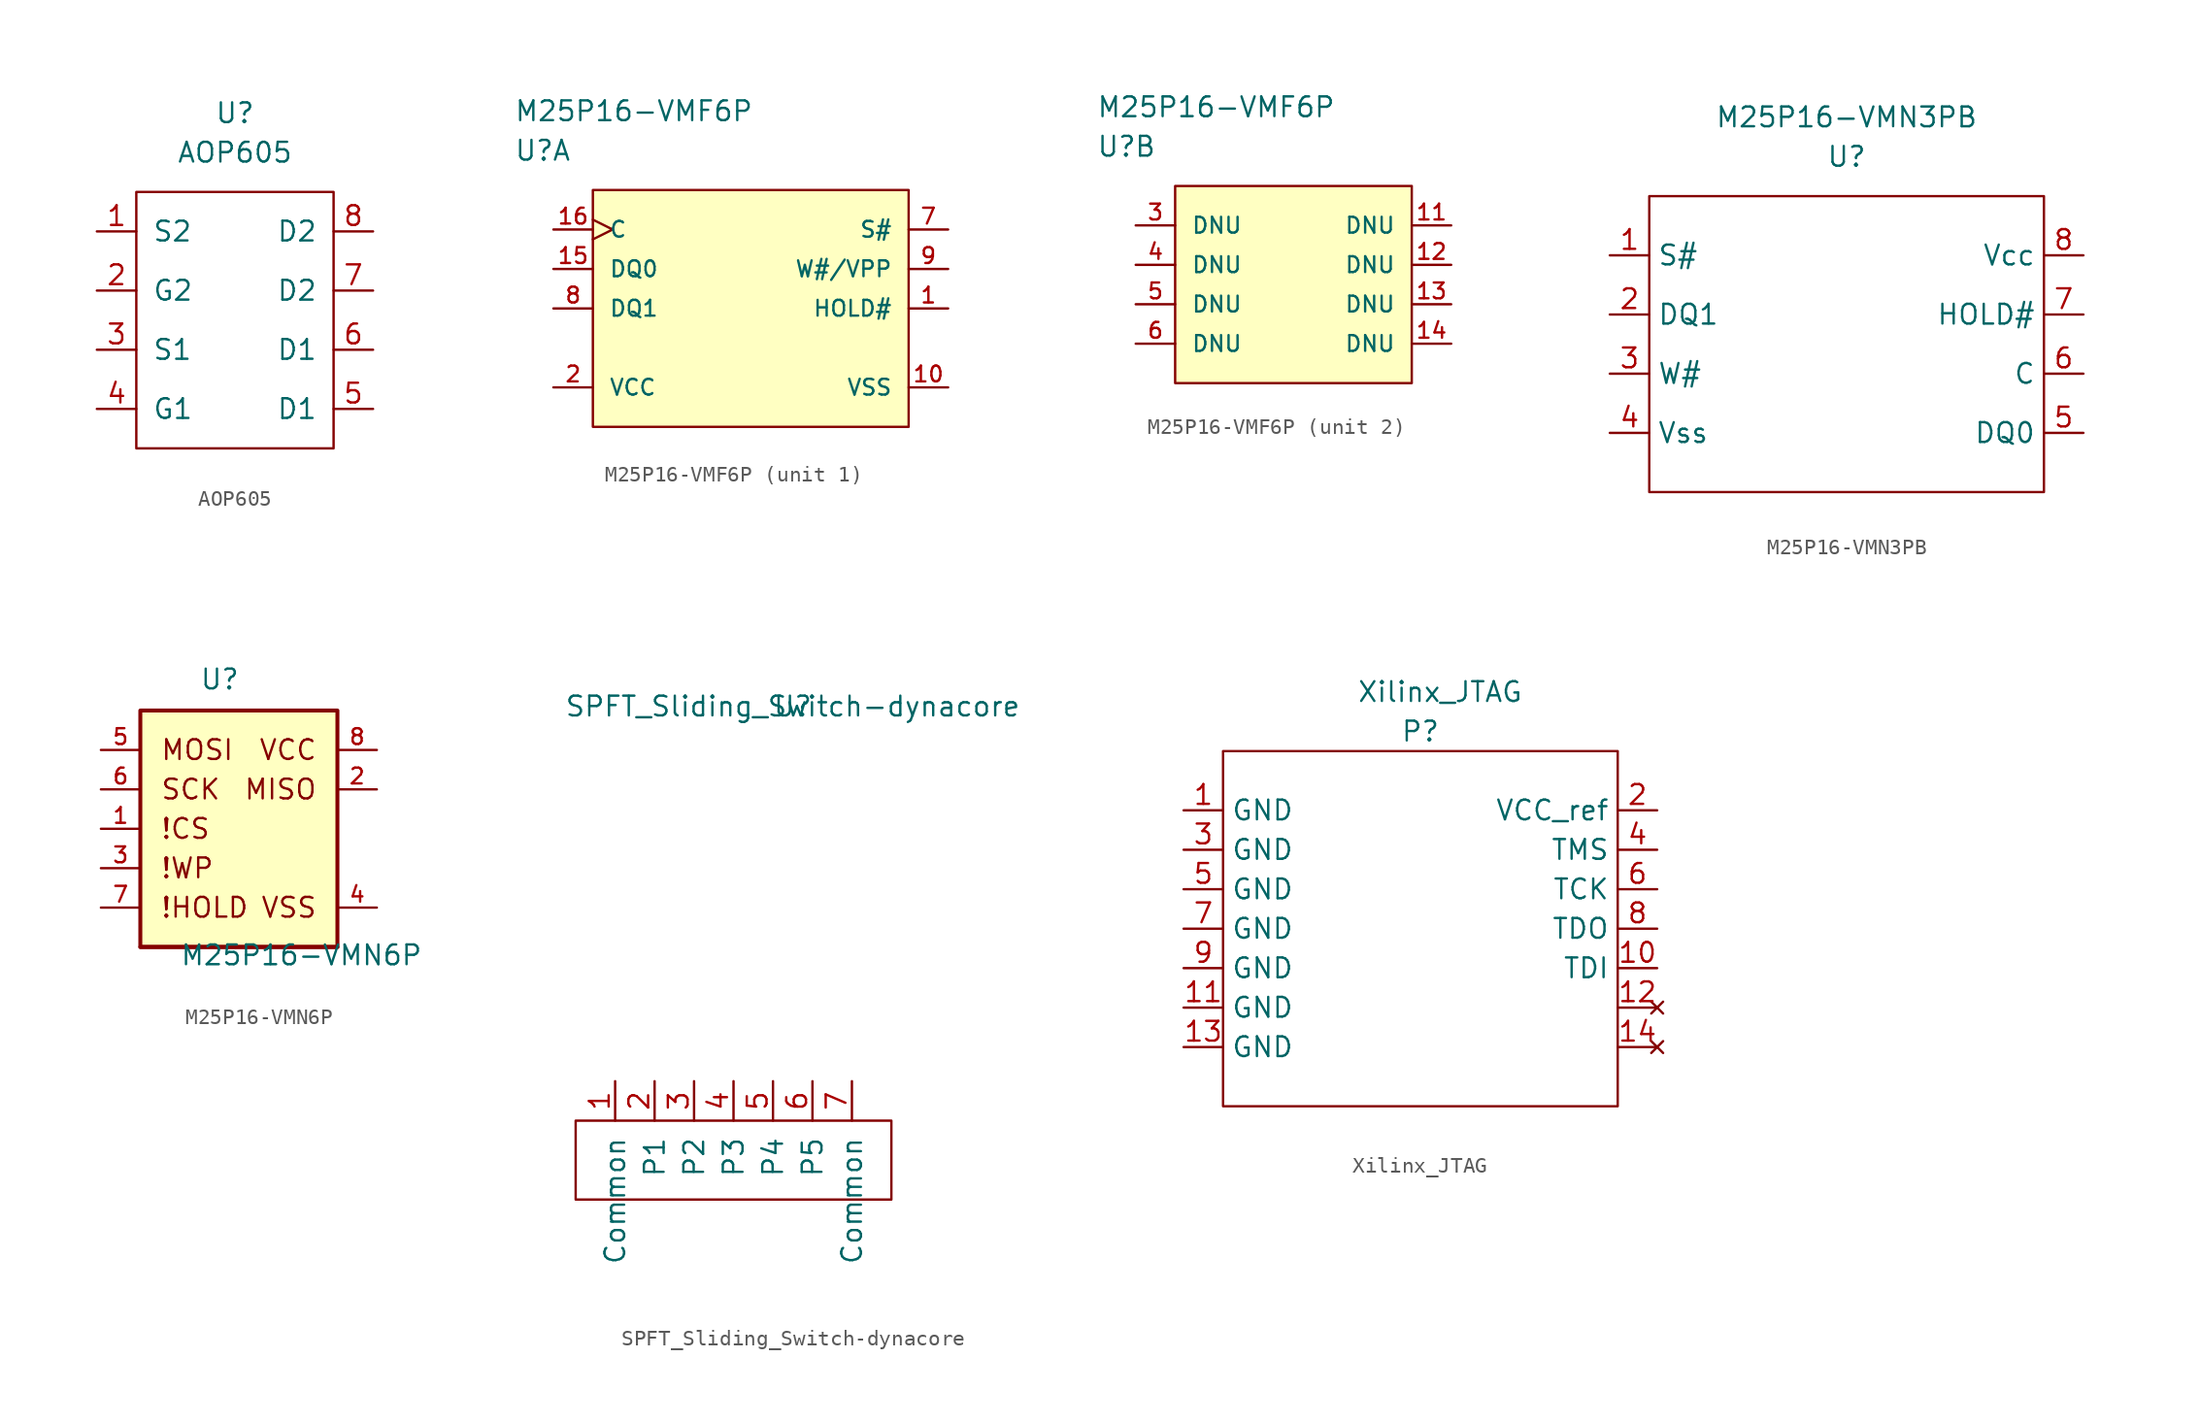
<source format=kicad_sym>
(kicad_symbol_lib
  (version 20211014)
  (generator kicad_symbol_editor)
  (symbol "AOP605"
    (pin_names
      (offset 1.016))
    (property "Reference" "U"
      (at 0 5.08 0)
      (effects (font (size 1.27 1.27))))
    (property "Value" "AOP605"
      (at 0 2.54 0)
      (effects (font (size 1.27 1.27))))
    (symbol "AOP605_0_1"
      (rectangle (start -6.35 0) (end 6.35 -16.51) (stroke (width 0) (type default) (color 0 0 0 0)) (fill (type none))))
    (symbol "AOP605_1_1"
      (pin input line (at -8.89 -2.54 0) (length 2.54) (name "S2" (effects (font (size 1.27 1.27)))) (number "1" (effects (font (size 1.27 1.27)))))
      (pin input line (at -8.89 -6.35 0) (length 2.54) (name "G2" (effects (font (size 1.27 1.27)))) (number "2" (effects (font (size 1.27 1.27)))))
      (pin input line (at -8.89 -10.16 0) (length 2.54) (name "S1" (effects (font (size 1.27 1.27)))) (number "3" (effects (font (size 1.27 1.27)))))
      (pin input line (at -8.89 -13.97 0) (length 2.54) (name "G1" (effects (font (size 1.27 1.27)))) (number "4" (effects (font (size 1.27 1.27)))))
      (pin input line (at 8.89 -13.97 180) (length 2.54) (name "D1" (effects (font (size 1.27 1.27)))) (number "5" (effects (font (size 1.27 1.27)))))
      (pin input line (at 8.89 -10.16 180) (length 2.54) (name "D1" (effects (font (size 1.27 1.27)))) (number "6" (effects (font (size 1.27 1.27)))))
      (pin input line (at 8.89 -6.35 180) (length 2.54) (name "D2" (effects (font (size 1.27 1.27)))) (number "7" (effects (font (size 1.27 1.27)))))
      (pin input line (at 8.89 -2.54 180) (length 2.54) (name "D2" (effects (font (size 1.27 1.27)))) (number "8" (effects (font (size 1.27 1.27)))))))
  (symbol "M25P16-VMF6P"
    (pin_names
      (offset 1.016))
    (property "Reference" "U"
      (at 0 5.08 0)
      (effects (font (size 1.27 1.27)) (justify left)))
    (property "Value" "M25P16-VMF6P"
      (at 0 7.62 0)
      (effects (font (size 1.27 1.27)) (justify left)))
    (property "ki_locked" ""
      (at 0 0 0)
      (effects (font (size 1.27 1.27))))
    (symbol "M25P16-VMF6P_1_1"
      (rectangle (start 5.08 2.54) (end 25.4 -12.7) (stroke (width 0) (type default) (color 0 0 0 0)) (fill (type background)))
      (pin input line (at 27.94 -5.08 180) (length 2.54) (name "HOLD#" (effects (font (size 1.016 1.016)))) (number "1" (effects (font (size 1.016 1.016)))))
      (pin power_in line (at 27.94 -10.16 180) (length 2.54) (name "VSS" (effects (font (size 1.016 1.016)))) (number "10" (effects (font (size 1.016 1.016)))))
      (pin input line (at 2.54 -2.54 0) (length 2.54) (name "DQ0" (effects (font (size 1.016 1.016)))) (number "15" (effects (font (size 1.016 1.016)))))
      (pin input clock (at 2.54 0 0) (length 2.54) (name "C" (effects (font (size 1.016 1.016)))) (number "16" (effects (font (size 1.016 1.016)))))
      (pin power_in line (at 2.54 -10.16 0) (length 2.54) (name "VCC" (effects (font (size 1.016 1.016)))) (number "2" (effects (font (size 1.016 1.016)))))
      (pin input line (at 27.94 0 180) (length 2.54) (name "S#" (effects (font (size 1.016 1.016)))) (number "7" (effects (font (size 1.016 1.016)))))
      (pin unspecified line (at 2.54 -5.08 0) (length 2.54) (name "DQ1" (effects (font (size 1.016 1.016)))) (number "8" (effects (font (size 1.016 1.016)))))
      (pin input line (at 27.94 -2.54 180) (length 2.54) (name "W#/VPP" (effects (font (size 1.016 1.016)))) (number "9" (effects (font (size 1.016 1.016))))))
    (symbol "M25P16-VMF6P_2_1"
      (rectangle (start 5.08 2.54) (end 20.32 -10.16) (stroke (width 0) (type default) (color 0 0 0 0)) (fill (type background)))
      (pin passive line (at 22.86 0 180) (length 2.54) (name "DNU" (effects (font (size 1.016 1.016)))) (number "11" (effects (font (size 1.016 1.016)))))
      (pin passive line (at 22.86 -2.54 180) (length 2.54) (name "DNU" (effects (font (size 1.016 1.016)))) (number "12" (effects (font (size 1.016 1.016)))))
      (pin passive line (at 22.86 -5.08 180) (length 2.54) (name "DNU" (effects (font (size 1.016 1.016)))) (number "13" (effects (font (size 1.016 1.016)))))
      (pin passive line (at 22.86 -7.62 180) (length 2.54) (name "DNU" (effects (font (size 1.016 1.016)))) (number "14" (effects (font (size 1.016 1.016)))))
      (pin passive line (at 2.54 0 0) (length 2.54) (name "DNU" (effects (font (size 1.016 1.016)))) (number "3" (effects (font (size 1.016 1.016)))))
      (pin passive line (at 2.54 -2.54 0) (length 2.54) (name "DNU" (effects (font (size 1.016 1.016)))) (number "4" (effects (font (size 1.016 1.016)))))
      (pin passive line (at 2.54 -5.08 0) (length 2.54) (name "DNU" (effects (font (size 1.016 1.016)))) (number "5" (effects (font (size 1.016 1.016)))))
      (pin passive line (at 2.54 -7.62 0) (length 2.54) (name "DNU" (effects (font (size 1.016 1.016)))) (number "6" (effects (font (size 1.016 1.016)))))))
  (symbol "M25P16-VMN3PB"
    (property "Reference" "U"
      (at 0 0 0)
      (effects (font (size 1.27 1.27))))
    (property "Value" "M25P16-VMN3PB"
      (at 0 2.54 0)
      (effects (font (size 1.27 1.27))))
    (symbol "M25P16-VMN3PB_0_1"
      (rectangle (start -12.7 -2.54) (end 12.7 -21.59) (stroke (width 0.152) (type default) (color 0 0 0 0)) (fill (type none))))
    (symbol "M25P16-VMN3PB_1_1"
      (pin input line (at -15.24 -6.35 0) (length 2.54) (name "S#" (effects (font (size 1.27 1.27)))) (number "1" (effects (font (size 1.27 1.27)))))
      (pin output line (at -15.24 -10.16 0) (length 2.54) (name "DQ1" (effects (font (size 1.27 1.27)))) (number "2" (effects (font (size 1.27 1.27)))))
      (pin input line (at -15.24 -13.97 0) (length 2.54) (name "W#" (effects (font (size 1.27 1.27)))) (number "3" (effects (font (size 1.27 1.27)))))
      (pin power_in line (at -15.24 -17.78 0) (length 2.54) (name "Vss" (effects (font (size 1.27 1.27)))) (number "4" (effects (font (size 1.27 1.27)))))
      (pin input line (at 15.24 -17.78 180) (length 2.54) (name "DQ0" (effects (font (size 1.27 1.27)))) (number "5" (effects (font (size 1.27 1.27)))))
      (pin input line (at 15.24 -13.97 180) (length 2.54) (name "C" (effects (font (size 1.27 1.27)))) (number "6" (effects (font (size 1.27 1.27)))))
      (pin input line (at 15.24 -10.16 180) (length 2.54) (name "HOLD#" (effects (font (size 1.27 1.27)))) (number "7" (effects (font (size 1.27 1.27)))))
      (pin power_in line (at 15.24 -6.35 180) (length 2.54) (name "Vcc" (effects (font (size 1.27 1.27)))) (number "8" (effects (font (size 1.27 1.27)))))))
  (symbol "M25P16-VMN6P"
    (pin_names
      (offset 1.016) hide)
    (property "Reference" "U"
      (at -6.35 16.51 0)
      (effects (font (size 1.27 1.27)) (justify left bottom)))
    (property "Value" "M25P16-VMN6P"
      (at -7.62 -1.27 0)
      (effects (font (size 1.27 1.27)) (justify left bottom)))
    (property "ki_locked" ""
      (at 0 0 0)
      (effects (font (size 1.27 1.27))))
    (symbol "M25P16-VMN6P_0_0"
      (rectangle (start -10.16 0) (end 2.54 15.24) (stroke (width 0.254) (type default) (color 0 0 0 0)) (fill (type background)))
      (polyline (pts (xy 2.54 0) (xy -10.16 0)) (stroke (width 0.254) (type default) (color 0 0 0 0)) (fill (type none)))
      (text "!CS" (at -8.89 7.62 0) (effects (font (size 1.27 1.27)) (justify left)))
      (text "!HOLD" (at -8.89 2.54 0) (effects (font (size 1.27 1.27)) (justify left)))
      (text "!WP" (at -8.89 5.08 0) (effects (font (size 1.27 1.27)) (justify left)))
      (text "MISO" (at 1.27 10.16 0) (effects (font (size 1.27 1.27)) (justify right)))
      (text "MOSI" (at -8.89 12.7 0) (effects (font (size 1.27 1.27)) (justify left)))
      (text "SCK" (at -8.89 10.16 0) (effects (font (size 1.27 1.27)) (justify left)))
      (text "VCC" (at 1.27 12.7 0) (effects (font (size 1.27 1.27)) (justify right)))
      (text "VSS" (at 1.27 2.54 0) (effects (font (size 1.27 1.27)) (justify right)))
      (pin input line (at -12.7 7.62 0) (length 2.54) (name "~" (effects (font (size 1.016 1.016)))) (number "1" (effects (font (size 1.016 1.016)))))
      (pin output line (at 5.08 10.16 180) (length 2.54) (name "~" (effects (font (size 1.016 1.016)))) (number "2" (effects (font (size 1.016 1.016)))))
      (pin input line (at -12.7 5.08 0) (length 2.54) (name "~" (effects (font (size 1.016 1.016)))) (number "3" (effects (font (size 1.016 1.016)))))
      (pin power_in line (at 5.08 2.54 180) (length 2.54) (name "~" (effects (font (size 1.016 1.016)))) (number "4" (effects (font (size 1.016 1.016)))))
      (pin input line (at -12.7 12.7 0) (length 2.54) (name "~" (effects (font (size 1.016 1.016)))) (number "5" (effects (font (size 1.016 1.016)))))
      (pin input line (at -12.7 10.16 0) (length 2.54) (name "~" (effects (font (size 1.016 1.016)))) (number "6" (effects (font (size 1.016 1.016)))))
      (pin input line (at -12.7 2.54 0) (length 2.54) (name "~" (effects (font (size 1.016 1.016)))) (number "7" (effects (font (size 1.016 1.016)))))
      (pin power_in line (at 5.08 12.7 180) (length 2.54) (name "~" (effects (font (size 1.016 1.016)))) (number "8" (effects (font (size 1.016 1.016)))))))
  (symbol "SPFT_Sliding_Switch-dynacore"
    (pin_names
      (offset 1.016))
    (property "Reference" "U"
      (at 0 0 0)
      (effects (font (size 1.27 1.27))))
    (property "Value" "SPFT_Sliding_Switch-dynacore"
      (at 0 0 0)
      (effects (font (size 1.27 1.27))))
    (symbol "SPFT_Sliding_Switch-dynacore_0_1"
      (rectangle (start -13.97 -26.67) (end 6.35 -31.75) (stroke (width 0) (type default) (color 0 0 0 0)) (fill (type none))))
    (symbol "SPFT_Sliding_Switch-dynacore_1_1"
      (pin bidirectional line (at -11.43 -24.13 270) (length 2.54) (name "Common" (effects (font (size 1.27 1.27)))) (number "1" (effects (font (size 1.27 1.27)))))
      (pin bidirectional line (at -8.89 -24.13 270) (length 2.54) (name "P1" (effects (font (size 1.27 1.27)))) (number "2" (effects (font (size 1.27 1.27)))))
      (pin bidirectional line (at -6.35 -24.13 270) (length 2.54) (name "P2" (effects (font (size 1.27 1.27)))) (number "3" (effects (font (size 1.27 1.27)))))
      (pin bidirectional line (at -3.81 -24.13 270) (length 2.54) (name "P3" (effects (font (size 1.27 1.27)))) (number "4" (effects (font (size 1.27 1.27)))))
      (pin bidirectional line (at -1.27 -24.13 270) (length 2.54) (name "P4" (effects (font (size 1.27 1.27)))) (number "5" (effects (font (size 1.27 1.27)))))
      (pin bidirectional line (at 1.27 -24.13 270) (length 2.54) (name "P5" (effects (font (size 1.27 1.27)))) (number "6" (effects (font (size 1.27 1.27)))))
      (pin bidirectional line (at 3.81 -24.13 270) (length 2.54) (name "Common" (effects (font (size 1.27 1.27)))) (number "7" (effects (font (size 1.27 1.27)))))))
  (symbol "Xilinx_JTAG"
    (property "Reference" "P"
      (at 0 1.27 0)
      (effects (font (size 1.27 1.27))))
    (property "Value" "Xilinx_JTAG"
      (at 1.27 3.81 0)
      (effects (font (size 1.27 1.27))))
    (symbol "Xilinx_JTAG_0_1"
      (rectangle (start -12.7 0) (end 12.7 -22.86) (stroke (width 0.152) (type default) (color 0 0 0 0)) (fill (type none))))
    (symbol "Xilinx_JTAG_1_1"
      (pin power_in line (at -15.24 -3.81 0) (length 2.54) (name "GND" (effects (font (size 1.27 1.27)))) (number "1" (effects (font (size 1.27 1.27)))))
      (pin input line (at 15.24 -13.97 180) (length 2.54) (name "TDI" (effects (font (size 1.27 1.27)))) (number "10" (effects (font (size 1.27 1.27)))))
      (pin power_in line (at -15.24 -16.51 0) (length 2.54) (name "GND" (effects (font (size 1.27 1.27)))) (number "11" (effects (font (size 1.27 1.27)))))
      (pin no_connect line (at 15.24 -16.51 180) (length 2.54) (name "" (effects (font (size 1.27 1.27)))) (number "12" (effects (font (size 1.27 1.27)))))
      (pin power_in line (at -15.24 -19.05 0) (length 2.54) (name "GND" (effects (font (size 1.27 1.27)))) (number "13" (effects (font (size 1.27 1.27)))))
      (pin no_connect line (at 15.24 -19.05 180) (length 2.54) (name "" (effects (font (size 1.27 1.27)))) (number "14" (effects (font (size 1.27 1.27)))))
      (pin power_in line (at 15.24 -3.81 180) (length 2.54) (name "VCC_ref" (effects (font (size 1.27 1.27)))) (number "2" (effects (font (size 1.27 1.27)))))
      (pin power_in line (at -15.24 -6.35 0) (length 2.54) (name "GND" (effects (font (size 1.27 1.27)))) (number "3" (effects (font (size 1.27 1.27)))))
      (pin input line (at 15.24 -6.35 180) (length 2.54) (name "TMS" (effects (font (size 1.27 1.27)))) (number "4" (effects (font (size 1.27 1.27)))))
      (pin power_in line (at -15.24 -8.89 0) (length 2.54) (name "GND" (effects (font (size 1.27 1.27)))) (number "5" (effects (font (size 1.27 1.27)))))
      (pin input line (at 15.24 -8.89 180) (length 2.54) (name "TCK" (effects (font (size 1.27 1.27)))) (number "6" (effects (font (size 1.27 1.27)))))
      (pin power_in line (at -15.24 -11.43 0) (length 2.54) (name "GND" (effects (font (size 1.27 1.27)))) (number "7" (effects (font (size 1.27 1.27)))))
      (pin output line (at 15.24 -11.43 180) (length 2.54) (name "TDO" (effects (font (size 1.27 1.27)))) (number "8" (effects (font (size 1.27 1.27)))))
      (pin power_in line (at -15.24 -13.97 0) (length 2.54) (name "GND" (effects (font (size 1.27 1.27)))) (number "9" (effects (font (size 1.27 1.27))))))))
</source>
